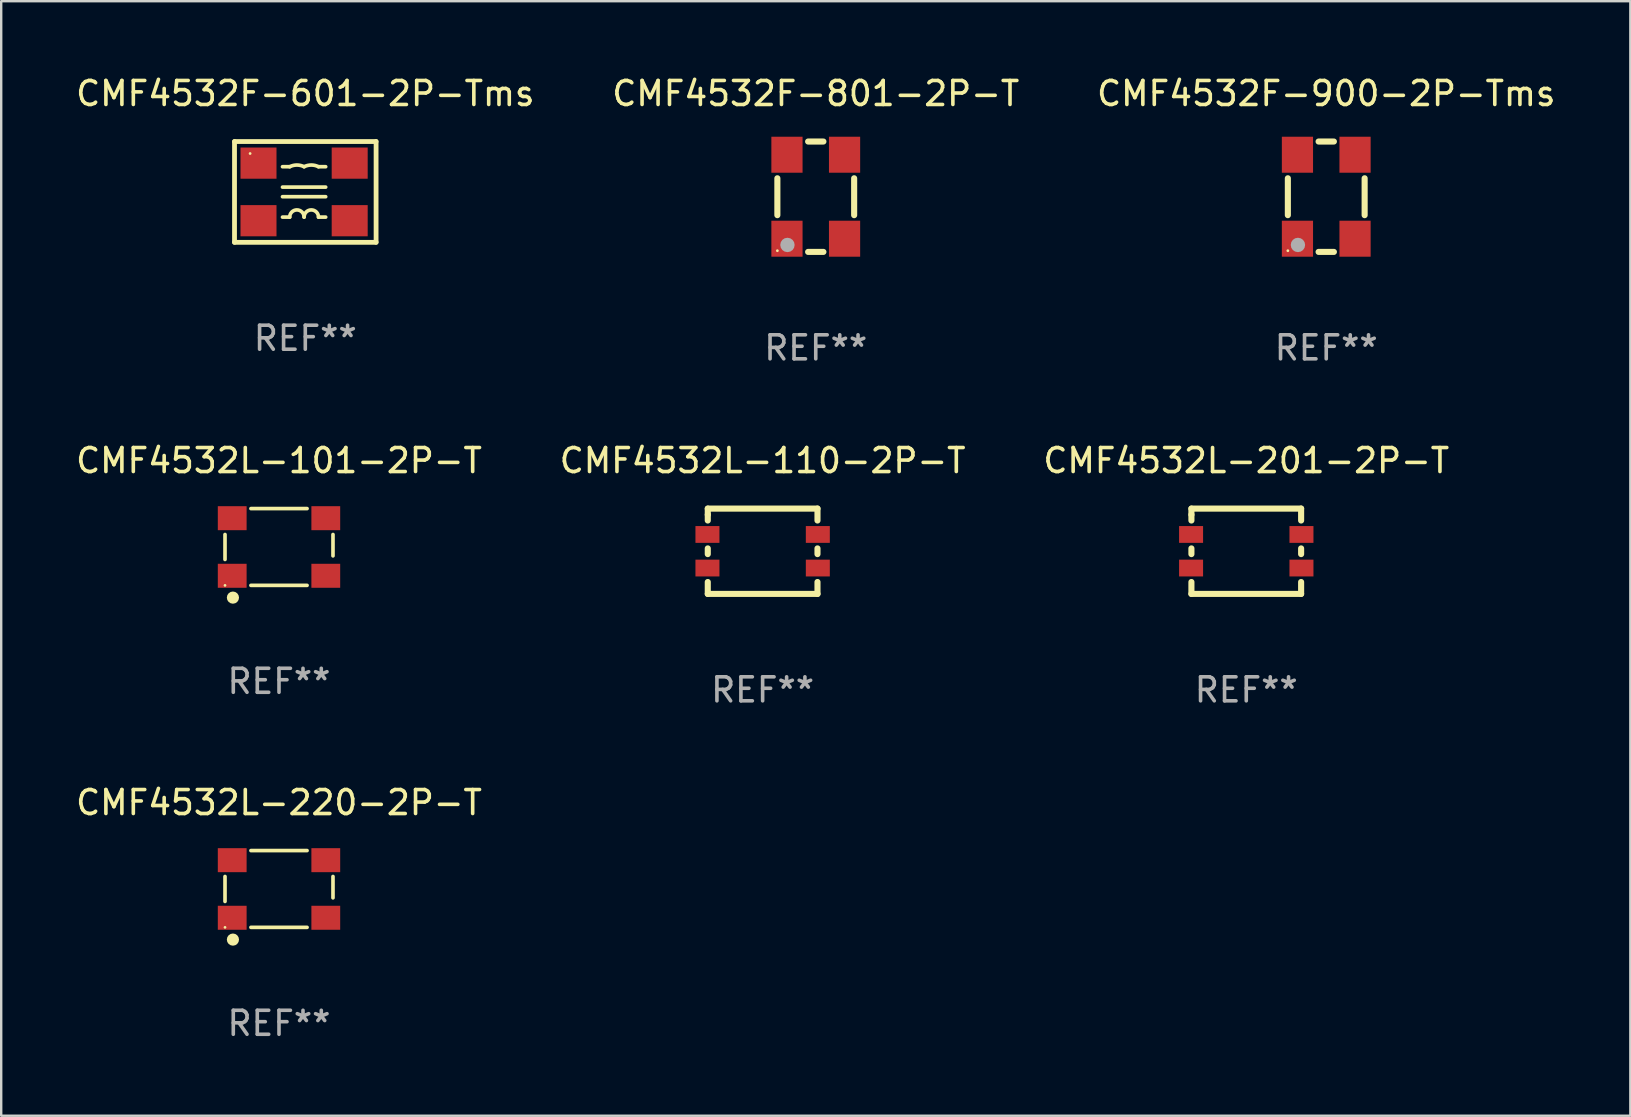
<source format=kicad_pcb>
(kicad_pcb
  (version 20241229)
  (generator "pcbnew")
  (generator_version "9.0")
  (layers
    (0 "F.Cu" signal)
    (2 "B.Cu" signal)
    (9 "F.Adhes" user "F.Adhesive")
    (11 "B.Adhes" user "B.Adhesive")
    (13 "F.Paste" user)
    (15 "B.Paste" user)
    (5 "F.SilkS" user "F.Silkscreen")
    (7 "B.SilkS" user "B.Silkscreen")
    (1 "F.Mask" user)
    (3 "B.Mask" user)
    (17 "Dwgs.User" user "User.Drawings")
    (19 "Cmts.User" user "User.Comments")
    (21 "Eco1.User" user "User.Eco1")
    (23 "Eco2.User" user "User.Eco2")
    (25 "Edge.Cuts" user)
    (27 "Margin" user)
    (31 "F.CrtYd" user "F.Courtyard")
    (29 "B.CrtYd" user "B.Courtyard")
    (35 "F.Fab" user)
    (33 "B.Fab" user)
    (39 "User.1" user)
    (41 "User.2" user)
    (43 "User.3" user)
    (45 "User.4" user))
  (footprint "CMF4532L-101-2P-T"
    (layer "F.Cu")
    (at 8.577 19.745)
    (property "Reference" "CMF4532L-101-2P-T" (at 0 -3.6 0) (layer "F.SilkS") (effects (font (size 1 1) (thickness 0.15))))
    (attr through_hole)
    (fp_line (start -2.25 -0.52) (end -2.25 0.52) (stroke (width 0.152) (type solid)) (layer "F.SilkS"))
    (fp_line (start -1.17 1.6) (end 1.17 1.6) (stroke (width 0.152) (type solid)) (layer "F.SilkS"))
    (fp_line (start 1.17 -1.6) (end -1.17 -1.6) (stroke (width 0.152) (type solid)) (layer "F.SilkS"))
    (fp_line (start 2.25 0.37) (end 2.25 -0.52) (stroke (width 0.152) (type solid)) (layer "F.SilkS"))
    (fp_circle (center -2.25 1.6) (end -2.22 1.6) (stroke (width 0.06) (type solid)) (fill no) (layer "F.SilkS"))
    (fp_circle (center -1.92 2.11) (end -1.793 2.11) (stroke (width 0.254) (type solid)) (fill no) (layer "F.SilkS"))
    (fp_text user "REF**" (at 0 5.6 0) (layer "F.Fab") (effects (font (size 1 1) (thickness 0.15))))
    (pad "1" smd rect (at -1.95 1.2) (size 1.2 1) (layers "F.Cu" "F.Mask" "F.Paste"))
    (pad "2" smd rect (at 1.95 1.2) (size 1.2 1) (layers "F.Cu" "F.Mask" "F.Paste"))
    (pad "3" smd rect (at 1.95 -1.2) (size 1.2 1) (layers "F.Cu" "F.Mask" "F.Paste"))
    (pad "4" smd rect (at -1.95 -1.2) (size 1.2 1) (layers "F.Cu" "F.Mask" "F.Paste")))
  (footprint "CMF4532L-220-2P-T"
    (layer "F.Cu")
    (at 8.577 33.997)
    (property "Reference" "CMF4532L-220-2P-T" (at 0 -3.6 0) (layer "F.SilkS") (effects (font (size 1 1) (thickness 0.15))))
    (attr through_hole)
    (fp_line (start -2.25 -0.52) (end -2.25 0.52) (stroke (width 0.152) (type solid)) (layer "F.SilkS"))
    (fp_line (start -1.17 1.6) (end 1.17 1.6) (stroke (width 0.152) (type solid)) (layer "F.SilkS"))
    (fp_line (start 1.17 -1.6) (end -1.17 -1.6) (stroke (width 0.152) (type solid)) (layer "F.SilkS"))
    (fp_line (start 2.25 0.37) (end 2.25 -0.52) (stroke (width 0.152) (type solid)) (layer "F.SilkS"))
    (fp_circle (center -2.25 1.6) (end -2.22 1.6) (stroke (width 0.06) (type solid)) (fill no) (layer "F.SilkS"))
    (fp_circle (center -1.92 2.11) (end -1.793 2.11) (stroke (width 0.254) (type solid)) (fill no) (layer "F.SilkS"))
    (fp_text user "REF**" (at 0 5.6 0) (layer "F.Fab") (effects (font (size 1 1) (thickness 0.15))))
    (pad "1" smd rect (at -1.95 1.2) (size 1.2 1) (layers "F.Cu" "F.Mask" "F.Paste"))
    (pad "2" smd rect (at 1.95 1.2) (size 1.2 1) (layers "F.Cu" "F.Mask" "F.Paste"))
    (pad "3" smd rect (at 1.95 -1.2) (size 1.2 1) (layers "F.Cu" "F.Mask" "F.Paste"))
    (pad "4" smd rect (at -1.95 -1.2) (size 1.2 1) (layers "F.Cu" "F.Mask" "F.Paste")))
  (footprint "CMF4532L-110-2P-T"
    (layer "F.Cu")
    (at 28.732 19.923)
    (property "Reference" "CMF4532L-110-2P-T" (at 0 -3.778 0) (layer "F.SilkS") (effects (font (size 1 1) (thickness 0.15))))
    (attr through_hole)
    (fp_line (start -2.286 -1.778) (end -2.286 -1.524) (stroke (width 0.254) (type solid)) (layer "F.SilkS"))
    (fp_line (start -2.286 -1.524) (end -2.286 -1.281) (stroke (width 0.254) (type solid)) (layer "F.SilkS"))
    (fp_line (start -2.286 -0.119) (end -2.286 0.119) (stroke (width 0.254) (type solid)) (layer "F.SilkS"))
    (fp_line (start -2.286 1.281) (end -2.286 1.778) (stroke (width 0.254) (type solid)) (layer "F.SilkS"))
    (fp_line (start -2.286 1.778) (end 2.286 1.778) (stroke (width 0.254) (type solid)) (layer "F.SilkS"))
    (fp_line (start 2.286 -1.778) (end -2.286 -1.778) (stroke (width 0.254) (type solid)) (layer "F.SilkS"))
    (fp_line (start 2.286 -1.281) (end 2.286 -1.778) (stroke (width 0.254) (type solid)) (layer "F.SilkS"))
    (fp_line (start 2.286 0.119) (end 2.286 -0.119) (stroke (width 0.254) (type solid)) (layer "F.SilkS"))
    (fp_line (start 2.286 1.778) (end 2.286 1.281) (stroke (width 0.254) (type solid)) (layer "F.SilkS"))
    (fp_circle (center 2.262 1.606) (end 2.292 1.606) (stroke (width 0.06) (type solid)) (fill no) (layer "F.SilkS"))
    (fp_text user "REF**" (at 0 5.778 0) (layer "F.Fab") (effects (font (size 1 1) (thickness 0.15))))
    (pad "1" smd rect (at 2.3 0.7) (size 1 0.7) (layers "F.Cu" "F.Mask" "F.Paste"))
    (pad "2" smd rect (at 2.3 -0.7) (size 1 0.7) (layers "F.Cu" "F.Mask" "F.Paste"))
    (pad "3" smd rect (at -2.3 -0.7) (size 1 0.7) (layers "F.Cu" "F.Mask" "F.Paste"))
    (pad "4" smd rect (at -2.3 0.7) (size 1 0.7) (layers "F.Cu" "F.Mask" "F.Paste")))
  (footprint "CMF4532L-201-2P-T"
    (layer "F.Cu")
    (at 48.887 19.923)
    (property "Reference" "CMF4532L-201-2P-T" (at 0 -3.778 0) (layer "F.SilkS") (effects (font (size 1 1) (thickness 0.15))))
    (attr through_hole)
    (fp_line (start -2.286 -1.778) (end -2.286 -1.524) (stroke (width 0.254) (type solid)) (layer "F.SilkS"))
    (fp_line (start -2.286 -1.524) (end -2.286 -1.281) (stroke (width 0.254) (type solid)) (layer "F.SilkS"))
    (fp_line (start -2.286 -0.119) (end -2.286 0.119) (stroke (width 0.254) (type solid)) (layer "F.SilkS"))
    (fp_line (start -2.286 1.281) (end -2.286 1.778) (stroke (width 0.254) (type solid)) (layer "F.SilkS"))
    (fp_line (start -2.286 1.778) (end 2.286 1.778) (stroke (width 0.254) (type solid)) (layer "F.SilkS"))
    (fp_line (start 2.286 -1.778) (end -2.286 -1.778) (stroke (width 0.254) (type solid)) (layer "F.SilkS"))
    (fp_line (start 2.286 -1.281) (end 2.286 -1.778) (stroke (width 0.254) (type solid)) (layer "F.SilkS"))
    (fp_line (start 2.286 0.119) (end 2.286 -0.119) (stroke (width 0.254) (type solid)) (layer "F.SilkS"))
    (fp_line (start 2.286 1.778) (end 2.286 1.281) (stroke (width 0.254) (type solid)) (layer "F.SilkS"))
    (fp_circle (center 2.262 1.606) (end 2.292 1.606) (stroke (width 0.06) (type solid)) (fill no) (layer "F.SilkS"))
    (fp_text user "REF**" (at 0 5.778 0) (layer "F.Fab") (effects (font (size 1 1) (thickness 0.15))))
    (pad "1" smd rect (at 2.3 0.7) (size 1 0.7) (layers "F.Cu" "F.Mask" "F.Paste"))
    (pad "2" smd rect (at 2.3 -0.7) (size 1 0.7) (layers "F.Cu" "F.Mask" "F.Paste"))
    (pad "3" smd rect (at -2.3 -0.7) (size 1 0.7) (layers "F.Cu" "F.Mask" "F.Paste"))
    (pad "4" smd rect (at -2.3 0.7) (size 1 0.7) (layers "F.Cu" "F.Mask" "F.Paste")))
  (footprint "CMF4532F-900-2P-Tms"
    (layer "F.Cu")
    (at 52.22 5.148)
    (property "Reference" "CMF4532F-900-2P-Tms" (at 0 -4.3 0) (layer "F.SilkS") (effects (font (size 1 1) (thickness 0.15))))
    (attr through_hole)
    (fp_line (start -1.6 0.769) (end -1.6 -0.769) (stroke (width 0.254) (type solid)) (layer "F.SilkS"))
    (fp_line (start -0.319 -2.3) (end 0.319 -2.3) (stroke (width 0.254) (type solid)) (layer "F.SilkS"))
    (fp_line (start -0.319 2.3) (end 0.319 2.3) (stroke (width 0.254) (type solid)) (layer "F.SilkS"))
    (fp_line (start 1.6 -0.769) (end 1.6 0.769) (stroke (width 0.254) (type solid)) (layer "F.SilkS"))
    (fp_circle (center -1.6 2.25) (end -1.57 2.25) (stroke (width 0.06) (type solid)) (fill no) (layer "F.SilkS"))
    (fp_circle (center -1.18 2.01) (end -1.03 2.01) (stroke (width 0.3) (type solid)) (fill no) (layer "F.Fab"))
    (fp_text user "REF**" (at 0 6.3 0) (layer "F.Fab") (effects (font (size 1 1) (thickness 0.15))))
    (pad "1" smd rect (at -1.2 1.75) (size 1.3 1.5) (layers "F.Cu" "F.Mask" "F.Paste"))
    (pad "2" smd rect (at -1.2 -1.75) (size 1.3 1.5) (layers "F.Cu" "F.Mask" "F.Paste"))
    (pad "3" smd rect (at 1.2 -1.75) (size 1.3 1.5) (layers "F.Cu" "F.Mask" "F.Paste"))
    (pad "4" smd rect (at 1.2 1.75) (size 1.3 1.5) (layers "F.Cu" "F.Mask" "F.Paste")))
  (footprint "CMF4532F-801-2P-T"
    (layer "F.Cu")
    (at 30.946 5.148)
    (property "Reference" "CMF4532F-801-2P-T" (at 0 -4.3 0) (layer "F.SilkS") (effects (font (size 1 1) (thickness 0.15))))
    (attr through_hole)
    (fp_line (start -1.6 0.769) (end -1.6 -0.769) (stroke (width 0.254) (type solid)) (layer "F.SilkS"))
    (fp_line (start -0.319 -2.3) (end 0.319 -2.3) (stroke (width 0.254) (type solid)) (layer "F.SilkS"))
    (fp_line (start -0.319 2.3) (end 0.319 2.3) (stroke (width 0.254) (type solid)) (layer "F.SilkS"))
    (fp_line (start 1.6 -0.769) (end 1.6 0.769) (stroke (width 0.254) (type solid)) (layer "F.SilkS"))
    (fp_circle (center -1.6 2.25) (end -1.57 2.25) (stroke (width 0.06) (type solid)) (fill no) (layer "F.SilkS"))
    (fp_circle (center -1.18 2.01) (end -1.03 2.01) (stroke (width 0.3) (type solid)) (fill no) (layer "F.Fab"))
    (fp_text user "REF**" (at 0 6.3 0) (layer "F.Fab") (effects (font (size 1 1) (thickness 0.15))))
    (pad "1" smd rect (at -1.2 1.75) (size 1.3 1.5) (layers "F.Cu" "F.Mask" "F.Paste"))
    (pad "2" smd rect (at -1.2 -1.75) (size 1.3 1.5) (layers "F.Cu" "F.Mask" "F.Paste"))
    (pad "3" smd rect (at 1.2 -1.75) (size 1.3 1.5) (layers "F.Cu" "F.Mask" "F.Paste"))
    (pad "4" smd rect (at 1.2 1.75) (size 1.3 1.5) (layers "F.Cu" "F.Mask" "F.Paste")))
  (footprint "CMF4532F-601-2P-Tms"
    (layer "F.Cu")
    (at 9.673 4.948)
    (property "Reference" "CMF4532F-601-2P-Tms" (at 0 -4.1 0) (layer "F.SilkS") (effects (font (size 1 1) (thickness 0.15))))
    (attr through_hole)
    (fp_line (start -2.95 -2.1) (end 2.95 -2.1) (stroke (width 0.2) (type solid)) (layer "F.SilkS"))
    (fp_line (start -2.95 2.1) (end -2.95 -2.1) (stroke (width 0.2) (type solid)) (layer "F.SilkS"))
    (fp_line (start -0.95 -0.2) (end 0.85 -0.2) (stroke (width 0.152) (type solid)) (layer "F.SilkS"))
    (fp_line (start -0.65 -1.05) (end -0.95 -1.05) (stroke (width 0.152) (type solid)) (layer "F.SilkS"))
    (fp_line (start -0.65 1.05) (end -0.95 1.05) (stroke (width 0.152) (type solid)) (layer "F.SilkS"))
    (fp_line (start 0.55 -1.05) (end 0.85 -1.05) (stroke (width 0.152) (type solid)) (layer "F.SilkS"))
    (fp_line (start 0.55 1.05) (end 0.85 1.05) (stroke (width 0.152) (type solid)) (layer "F.SilkS"))
    (fp_line (start 0.85 0.2) (end -0.95 0.2) (stroke (width 0.152) (type solid)) (layer "F.SilkS"))
    (fp_line (start 2.95 -2.1) (end 2.95 2.1) (stroke (width 0.2) (type solid)) (layer "F.SilkS"))
    (fp_line (start 2.95 2.1) (end -2.95 2.1) (stroke (width 0.2) (type solid)) (layer "F.SilkS"))
    (fp_arc (start -0.65 1.049835) (mid -0.35 0.749835) (end -0.05 1.049835) (stroke (width 0.151994) (type solid)) (layer "F.SilkS"))
    (fp_arc (start -0.649949 -1.049784) (mid -0.349949 -1.120604) (end -0.049949 -1.049784) (stroke (width 0.151994) (type solid)) (layer "F.SilkS"))
    (fp_arc (start -0.05 1.049835) (mid 0.25 0.749835) (end 0.55 1.049835) (stroke (width 0.151994) (type solid)) (layer "F.SilkS"))
    (fp_arc (start -0.049949 -1.049784) (mid 0.250051 -1.120604) (end 0.550051 -1.049784) (stroke (width 0.151994) (type solid)) (layer "F.SilkS"))
    (fp_circle (center -2.3 -1.6) (end -2.27 -1.6) (stroke (width 0.06) (type solid)) (fill no) (layer "F.SilkS"))
    (fp_text user "REF**" (at 0 6.1 0) (layer "F.Fab") (effects (font (size 1 1) (thickness 0.15))))
    (pad "1" smd rect (at -1.95 -1.2 270) (size 1.3 1.5) (layers "F.Cu" "F.Mask" "F.Paste"))
    (pad "2" smd rect (at 1.85 -1.2 270) (size 1.3 1.5) (layers "F.Cu" "F.Mask" "F.Paste"))
    (pad "3" smd rect (at 1.85 1.2 270) (size 1.3 1.5) (layers "F.Cu" "F.Mask" "F.Paste"))
    (pad "4" smd rect (at -1.95 1.2 270) (size 1.3 1.5) (layers "F.Cu" "F.Mask" "F.Paste")))
  (gr_rect
    (start -3 -3)
    (end 64.893 43.446)
    (stroke (width 0.1) (type default))
    (fill no)
    (layer "Edge.Cuts")))
</source>
